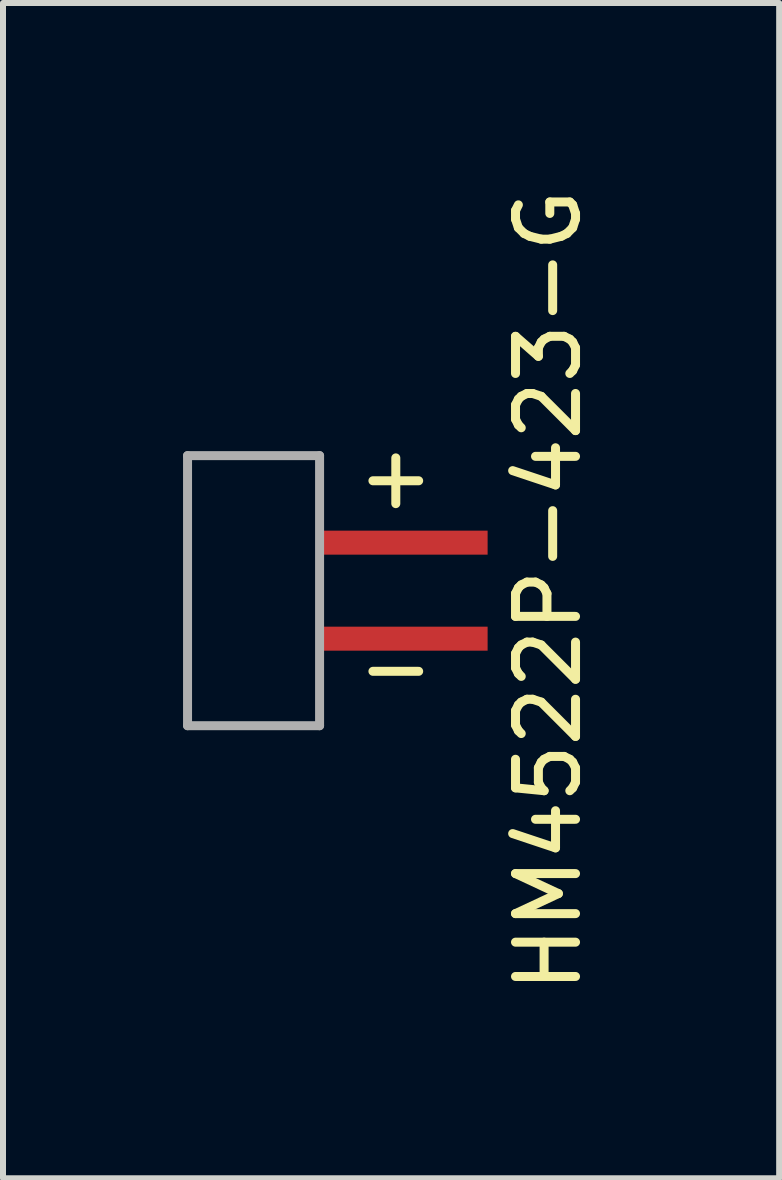
<source format=kicad_pcb>
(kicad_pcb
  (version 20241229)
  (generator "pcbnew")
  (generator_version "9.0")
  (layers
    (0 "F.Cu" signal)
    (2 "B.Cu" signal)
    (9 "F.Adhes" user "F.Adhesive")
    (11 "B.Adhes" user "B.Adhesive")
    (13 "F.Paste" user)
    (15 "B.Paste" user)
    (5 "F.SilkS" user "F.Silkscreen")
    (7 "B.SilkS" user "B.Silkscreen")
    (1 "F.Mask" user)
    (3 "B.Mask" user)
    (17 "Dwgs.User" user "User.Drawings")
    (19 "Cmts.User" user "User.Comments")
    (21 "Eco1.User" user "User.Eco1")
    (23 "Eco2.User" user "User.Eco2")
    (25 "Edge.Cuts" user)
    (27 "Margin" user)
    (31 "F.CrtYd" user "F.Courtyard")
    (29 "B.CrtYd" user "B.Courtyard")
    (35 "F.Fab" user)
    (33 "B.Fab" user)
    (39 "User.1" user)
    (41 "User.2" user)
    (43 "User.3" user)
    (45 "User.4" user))
  (footprint "HM4522P-423-G"
    (layer "F.Cu")
    (at 2.275 6.792)
    (property "Reference" "HM4522P-423-G" (at 3.81 0 270) (layer "F.SilkS") (effects (font (size 1 1) (thickness 0.15))))
    (attr through_hole)
    (fp_line (start -2.2 -2.25) (end -2.2 2.25) (stroke (width 0.15) (type solid)) (layer "F.Fab"))
    (fp_line (start -2.2 2.25) (end 0 2.25) (stroke (width 0.15) (type solid)) (layer "F.Fab"))
    (fp_line (start 0 -2.25) (end -2.2 -2.25) (stroke (width 0.15) (type solid)) (layer "F.Fab"))
    (fp_line (start 0 2.25) (end 0 -2.25) (stroke (width 0.15) (type solid)) (layer "F.Fab"))
    (fp_text user "+" (at 1.27 -1.905 0) (layer "F.SilkS") (effects (font (size 1 1) (thickness 0.15))))
    (fp_text user "-" (at 1.27 1.27 0) (layer "F.SilkS") (effects (font (size 1 1) (thickness 0.15))))
    (pad "1" smd rect (at 1.4 0.8) (size 2.8 0.4) (layers "F.Cu" "F.Mask" "F.Paste"))
    (pad "2" smd rect (at 1.4 -0.8) (size 2.8 0.4) (layers "F.Cu" "F.Mask" "F.Paste")))
  (gr_rect
    (start -3 -3)
    (end 9.933 16.583)
    (stroke (width 0.1) (type default))
    (fill no)
    (layer "Edge.Cuts")))
</source>
